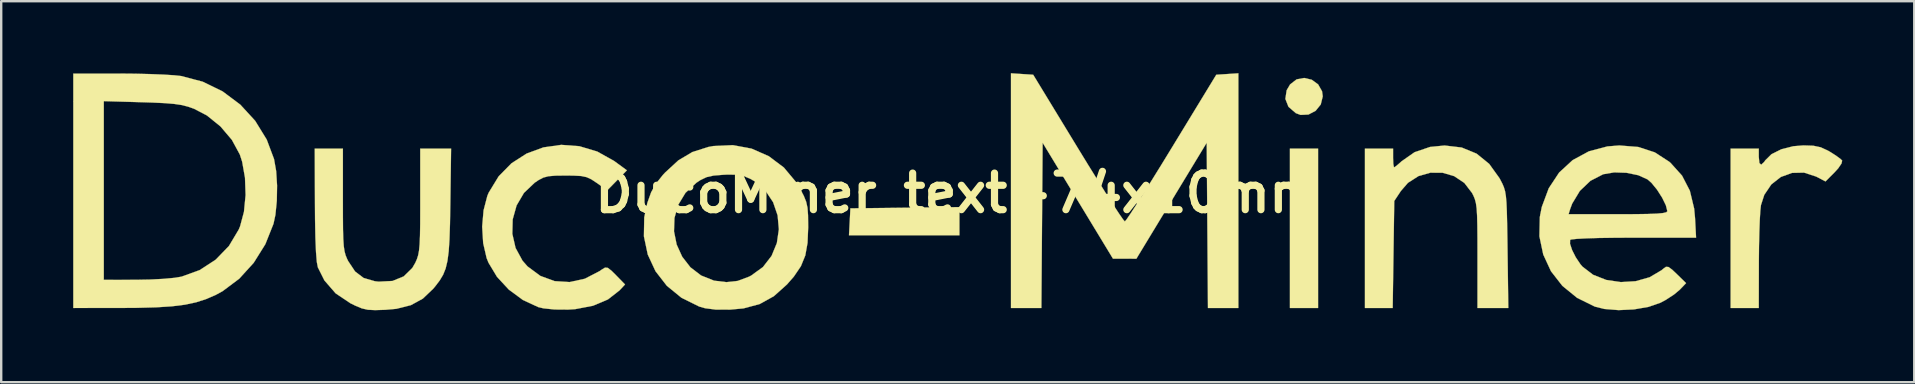
<source format=kicad_pcb>
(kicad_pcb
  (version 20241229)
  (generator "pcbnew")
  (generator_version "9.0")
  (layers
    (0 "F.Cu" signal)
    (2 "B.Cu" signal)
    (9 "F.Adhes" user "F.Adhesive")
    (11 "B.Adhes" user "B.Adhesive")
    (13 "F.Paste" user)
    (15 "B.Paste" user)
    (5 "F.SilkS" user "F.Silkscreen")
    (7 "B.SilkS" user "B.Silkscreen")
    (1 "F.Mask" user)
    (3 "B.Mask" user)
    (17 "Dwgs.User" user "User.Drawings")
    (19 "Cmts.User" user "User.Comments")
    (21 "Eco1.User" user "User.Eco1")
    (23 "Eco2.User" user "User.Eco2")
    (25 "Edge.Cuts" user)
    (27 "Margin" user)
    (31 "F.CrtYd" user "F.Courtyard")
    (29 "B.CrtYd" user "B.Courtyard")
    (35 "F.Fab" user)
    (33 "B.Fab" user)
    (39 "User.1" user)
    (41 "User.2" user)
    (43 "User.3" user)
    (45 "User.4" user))
  (footprint "DucoMiner_text-74x10mm"
    (layer "F.Cu")
    (at 36.835 4.998)
    (property "Reference" "DucoMiner_text-74x10mm" (at 0 0 0) (layer "F.SilkS") (effects (font (size 1.524 1.524) (thickness 0.3))))
    (attr through_hole)
    (fp_poly (pts (xy 15.045 4.787) (xy 13.872 4.787) (xy 13.872 -1.856) (xy 15.045 -1.856) (xy 15.045 4.787)) (stroke (width 0.01) (type solid)) (fill yes) (layer "F.SilkS"))
    (fp_poly (pts (xy 0.098 1.758) (xy -4.504 1.758) (xy -4.474 1.197) (xy -4.445 0.635) (xy -2.174 0.609) (xy 0.098 0.583) (xy 0.098 1.758)) (stroke (width 0.01) (type solid)) (fill yes) (layer "F.SilkS"))
    (fp_poly (pts (xy 14.783 -4.724) (xy 15.047 -4.532) (xy 15.211 -4.243) (xy 15.24 -4.034) (xy 15.157 -3.694) (xy 14.943 -3.43) (xy 14.646 -3.275) (xy 14.316 -3.259) (xy 14.117 -3.333) (xy 13.811 -3.598) (xy 13.682 -3.926) (xy 13.735 -4.284) (xy 13.879 -4.53) (xy 14.15 -4.74) (xy 14.467 -4.799) (xy 14.783 -4.724)) (stroke (width 0.01) (type solid)) (fill yes) (layer "F.SilkS"))
    (fp_poly (pts (xy 11.723 4.787) (xy 10.456 4.787) (xy 10.43 1.343) (xy 10.404 -2.1) (xy 7.473 2.734) (xy 6.985 2.732) (xy 6.497 2.731) (xy 5.031 0.315) (xy 3.566 -2.1) (xy 3.54 1.343) (xy 3.514 4.787) (xy 2.247 4.787) (xy 2.247 -4.993) (xy 2.71 -4.963) (xy 3.173 -4.933) (xy 5.038 -1.871) (xy 5.465 -1.174) (xy 5.863 -0.533) (xy 6.218 0.033) (xy 6.521 0.505) (xy 6.759 0.867) (xy 6.92 1.098) (xy 6.992 1.181) (xy 6.993 1.181) (xy 7.063 1.098) (xy 7.221 0.867) (xy 7.457 0.505) (xy 7.758 0.032) (xy 8.113 -0.534) (xy 8.51 -1.174) (xy 8.936 -1.87) (xy 8.943 -1.881) (xy 10.803 -4.933) (xy 11.263 -4.963) (xy 11.723 -4.993) (xy 11.723 4.787)) (stroke (width 0.01) (type solid)) (fill yes) (layer "F.SilkS"))
    (fp_poly (pts (xy 35.682 -1.975) (xy 35.991 -1.91) (xy 36.291 -1.772) (xy 36.367 -1.729) (xy 36.634 -1.56) (xy 36.828 -1.415) (xy 36.886 -1.356) (xy 36.859 -1.234) (xy 36.721 -1.032) (xy 36.571 -0.868) (xy 36.191 -0.487) (xy 35.802 -0.69) (xy 35.297 -0.854) (xy 34.795 -0.843) (xy 34.33 -0.673) (xy 33.934 -0.362) (xy 33.64 0.073) (xy 33.502 0.502) (xy 33.476 0.733) (xy 33.453 1.12) (xy 33.434 1.626) (xy 33.421 2.21) (xy 33.415 2.835) (xy 33.415 2.857) (xy 33.411 4.787) (xy 32.238 4.787) (xy 32.238 -1.856) (xy 33.411 -1.856) (xy 33.411 -1.514) (xy 33.436 -1.255) (xy 33.512 -1.184) (xy 33.638 -1.302) (xy 33.68 -1.365) (xy 33.943 -1.624) (xy 34.349 -1.826) (xy 34.851 -1.954) (xy 35.272 -1.988) (xy 35.682 -1.975)) (stroke (width 0.01) (type solid)) (fill yes) (layer "F.SilkS"))
    (fp_poly (pts (xy 21.031 -1.9) (xy 21.651 -1.645) (xy 22.176 -1.219) (xy 22.604 -0.624) (xy 22.646 -0.546) (xy 22.728 -0.388) (xy 22.79 -0.242) (xy 22.838 -0.08) (xy 22.872 0.124) (xy 22.896 0.399) (xy 22.912 0.771) (xy 22.924 1.269) (xy 22.935 1.918) (xy 22.941 2.369) (xy 22.973 4.787) (xy 21.688 4.787) (xy 21.688 2.604) (xy 21.687 1.893) (xy 21.682 1.348) (xy 21.672 0.941) (xy 21.654 0.643) (xy 21.624 0.425) (xy 21.581 0.258) (xy 21.523 0.114) (xy 21.463 -0.004) (xy 21.141 -0.424) (xy 20.718 -0.707) (xy 20.234 -0.849) (xy 19.725 -0.851) (xy 19.232 -0.711) (xy 18.791 -0.429) (xy 18.495 -0.088) (xy 18.22 0.327) (xy 18.155 4.787) (xy 16.998 4.787) (xy 16.998 -1.856) (xy 18.171 -1.856) (xy 18.171 -1.465) (xy 18.18 -1.221) (xy 18.205 -1.085) (xy 18.215 -1.075) (xy 18.307 -1.135) (xy 18.481 -1.285) (xy 18.532 -1.332) (xy 19.067 -1.705) (xy 19.711 -1.924) (xy 20.318 -1.984) (xy 21.031 -1.9)) (stroke (width 0.01) (type solid)) (fill yes) (layer "F.SilkS"))
    (fp_poly (pts (xy -25.595 0.272) (xy -25.594 0.975) (xy -25.59 1.513) (xy -25.579 1.913) (xy -25.559 2.207) (xy -25.527 2.423) (xy -25.482 2.591) (xy -25.421 2.739) (xy -25.376 2.831) (xy -25.086 3.267) (xy -24.728 3.538) (xy -24.259 3.673) (xy -24.102 3.69) (xy -23.528 3.661) (xy -23.06 3.47) (xy -22.704 3.121) (xy -22.577 2.903) (xy -22.51 2.751) (xy -22.459 2.591) (xy -22.422 2.394) (xy -22.397 2.131) (xy -22.382 1.773) (xy -22.374 1.291) (xy -22.372 0.656) (xy -22.372 0.311) (xy -22.372 -1.856) (xy -21.086 -1.856) (xy -21.118 0.464) (xy -21.132 1.277) (xy -21.153 1.923) (xy -21.186 2.43) (xy -21.238 2.826) (xy -21.313 3.141) (xy -21.418 3.402) (xy -21.559 3.638) (xy -21.74 3.876) (xy -21.829 3.983) (xy -22.262 4.396) (xy -22.761 4.669) (xy -23.368 4.822) (xy -23.83 4.863) (xy -24.254 4.876) (xy -24.555 4.861) (xy -24.805 4.804) (xy -25.076 4.691) (xy -25.289 4.586) (xy -25.899 4.176) (xy -26.366 3.638) (xy -26.638 3.095) (xy -26.682 2.868) (xy -26.716 2.452) (xy -26.741 1.853) (xy -26.756 1.077) (xy -26.76 0.464) (xy -26.768 -1.856) (xy -25.595 -1.856) (xy -25.595 0.272)) (stroke (width 0.01) (type solid)) (fill yes) (layer "F.SilkS"))
    (fp_poly (pts (xy -15.741 -1.955) (xy -14.996 -1.733) (xy -14.289 -1.338) (xy -14.246 -1.306) (xy -13.76 -0.95) (xy -14.169 -0.533) (xy -14.578 -0.117) (xy -15.015 -0.425) (xy -15.24 -0.574) (xy -15.437 -0.665) (xy -15.665 -0.713) (xy -15.984 -0.73) (xy -16.314 -0.733) (xy -16.741 -0.728) (xy -17.031 -0.703) (xy -17.246 -0.646) (xy -17.444 -0.541) (xy -17.601 -0.435) (xy -18.049 -0.01) (xy -18.356 0.512) (xy -18.519 1.095) (xy -18.534 1.698) (xy -18.399 2.285) (xy -18.11 2.816) (xy -17.9 3.055) (xy -17.366 3.45) (xy -16.773 3.668) (xy -16.146 3.707) (xy -15.511 3.568) (xy -14.893 3.248) (xy -14.795 3.179) (xy -14.67 3.104) (xy -14.556 3.115) (xy -14.402 3.233) (xy -14.215 3.419) (xy -13.836 3.807) (xy -14.068 4.055) (xy -14.55 4.431) (xy -15.173 4.694) (xy -15.912 4.835) (xy -16.209 4.854) (xy -16.771 4.85) (xy -17.236 4.802) (xy -17.455 4.75) (xy -18.094 4.454) (xy -18.681 4.021) (xy -19.173 3.489) (xy -19.527 2.901) (xy -19.605 2.708) (xy -19.749 2.085) (xy -19.791 1.397) (xy -19.732 0.716) (xy -19.575 0.114) (xy -19.519 -0.019) (xy -19.104 -0.699) (xy -18.568 -1.244) (xy -17.937 -1.649) (xy -17.238 -1.906) (xy -16.497 -2.011) (xy -15.741 -1.955)) (stroke (width 0.01) (type solid)) (fill yes) (layer "F.SilkS"))
    (fp_poly (pts (xy -34.901 -4.982) (xy -34.256 -4.976) (xy -33.633 -4.961) (xy -33.075 -4.939) (xy -32.626 -4.911) (xy -32.336 -4.88) (xy -31.437 -4.643) (xy -30.608 -4.239) (xy -29.871 -3.688) (xy -29.251 -3.013) (xy -28.77 -2.232) (xy -28.464 -1.417) (xy -28.376 -0.917) (xy -28.338 -0.312) (xy -28.349 0.321) (xy -28.407 0.904) (xy -28.487 1.277) (xy -28.827 2.129) (xy -29.311 2.903) (xy -29.915 3.567) (xy -30.611 4.088) (xy -30.892 4.241) (xy -31.29 4.414) (xy -31.707 4.549) (xy -32.174 4.649) (xy -32.723 4.718) (xy -33.384 4.76) (xy -34.189 4.781) (xy -34.803 4.785) (xy -36.83 4.787) (xy -36.83 3.615) (xy -35.56 3.615) (xy -34.217 3.613) (xy -33.625 3.602) (xy -33.071 3.573) (xy -32.61 3.53) (xy -32.322 3.482) (xy -31.564 3.208) (xy -30.897 2.774) (xy -30.345 2.204) (xy -29.938 1.522) (xy -29.879 1.382) (xy -29.718 0.78) (xy -29.65 0.081) (xy -29.675 -0.64) (xy -29.793 -1.309) (xy -29.891 -1.611) (xy -30.222 -2.22) (xy -30.696 -2.778) (xy -31.262 -3.236) (xy -31.8 -3.516) (xy -32.054 -3.605) (xy -32.314 -3.671) (xy -32.621 -3.717) (xy -33.014 -3.75) (xy -33.535 -3.774) (xy -33.972 -3.788) (xy -35.56 -3.833) (xy -35.56 3.615) (xy -36.83 3.615) (xy -36.83 -4.982) (xy -34.901 -4.982)) (stroke (width 0.01) (type solid)) (fill yes) (layer "F.SilkS"))
    (fp_poly (pts (xy -8.563 -1.854) (xy -7.847 -1.539) (xy -7.217 -1.066) (xy -6.701 -0.448) (xy -6.54 -0.178) (xy -6.385 0.119) (xy -6.288 0.361) (xy -6.233 0.61) (xy -6.21 0.926) (xy -6.205 1.371) (xy -6.204 1.417) (xy -6.231 2.073) (xy -6.324 2.596) (xy -6.508 3.046) (xy -6.801 3.478) (xy -7.088 3.806) (xy -7.635 4.296) (xy -8.225 4.622) (xy -8.9 4.804) (xy -9.468 4.856) (xy -10.052 4.855) (xy -10.498 4.798) (xy -10.746 4.727) (xy -11.483 4.363) (xy -12.094 3.864) (xy -12.567 3.255) (xy -12.89 2.56) (xy -13.05 1.802) (xy -13.047 1.594) (xy -11.796 1.594) (xy -11.686 2.143) (xy -11.455 2.651) (xy -11.113 3.091) (xy -10.668 3.432) (xy -10.128 3.648) (xy -9.609 3.71) (xy -9.142 3.659) (xy -8.673 3.484) (xy -8.585 3.439) (xy -8.09 3.081) (xy -7.731 2.617) (xy -7.51 2.082) (xy -7.426 1.508) (xy -7.478 0.929) (xy -7.666 0.379) (xy -7.989 -0.108) (xy -8.449 -0.5) (xy -8.622 -0.599) (xy -8.892 -0.712) (xy -9.178 -0.766) (xy -9.556 -0.773) (xy -9.73 -0.765) (xy -10.143 -0.732) (xy -10.439 -0.666) (xy -10.693 -0.545) (xy -10.861 -0.434) (xy -11.319 -0.01) (xy -11.621 0.489) (xy -11.777 1.033) (xy -11.796 1.594) (xy -13.047 1.594) (xy -13.036 1.006) (xy -12.907 0.406) (xy -12.749 -0.035) (xy -12.551 -0.391) (xy -12.262 -0.754) (xy -12.171 -0.853) (xy -11.615 -1.365) (xy -11.031 -1.712) (xy -10.367 -1.923) (xy -10.156 -1.962) (xy -9.341 -1.999) (xy -8.563 -1.854)) (stroke (width 0.01) (type solid)) (fill yes) (layer "F.SilkS"))
    (fp_poly (pts (xy 28.389 -1.923) (xy 29.078 -1.698) (xy 29.681 -1.307) (xy 29.734 -1.261) (xy 30.214 -0.728) (xy 30.539 -0.099) (xy 30.718 0.644) (xy 30.755 1.04) (xy 30.798 1.856) (xy 28.202 1.856) (xy 27.429 1.86) (xy 26.764 1.869) (xy 26.225 1.885) (xy 25.831 1.906) (xy 25.601 1.931) (xy 25.549 1.95) (xy 25.545 2.112) (xy 25.632 2.373) (xy 25.784 2.674) (xy 25.973 2.957) (xy 26.065 3.065) (xy 26.508 3.404) (xy 27.057 3.619) (xy 27.664 3.708) (xy 28.281 3.671) (xy 28.863 3.506) (xy 29.361 3.212) (xy 29.431 3.152) (xy 29.542 3.072) (xy 29.65 3.079) (xy 29.804 3.192) (xy 29.994 3.372) (xy 30.382 3.751) (xy 30.116 4.028) (xy 29.877 4.227) (xy 29.546 4.443) (xy 29.316 4.567) (xy 28.815 4.741) (xy 28.209 4.846) (xy 27.572 4.876) (xy 26.977 4.828) (xy 26.58 4.73) (xy 25.84 4.365) (xy 25.227 3.866) (xy 24.752 3.257) (xy 24.429 2.56) (xy 24.269 1.8) (xy 24.286 0.999) (xy 24.309 0.879) (xy 25.485 0.879) (xy 27.543 0.879) (xy 28.254 0.877) (xy 28.79 0.869) (xy 29.173 0.854) (xy 29.421 0.831) (xy 29.557 0.798) (xy 29.601 0.755) (xy 29.601 0.752) (xy 29.539 0.507) (xy 29.382 0.186) (xy 29.168 -0.148) (xy 28.936 -0.431) (xy 28.778 -0.57) (xy 28.389 -0.746) (xy 27.898 -0.847) (xy 27.385 -0.864) (xy 26.932 -0.787) (xy 26.92 -0.783) (xy 26.396 -0.513) (xy 25.955 -0.093) (xy 25.635 0.437) (xy 25.552 0.659) (xy 25.485 0.879) (xy 24.309 0.879) (xy 24.368 0.578) (xy 24.659 -0.203) (xy 25.092 -0.858) (xy 25.654 -1.375) (xy 26.33 -1.741) (xy 27.103 -1.946) (xy 27.598 -1.986) (xy 28.389 -1.923)) (stroke (width 0.01) (type solid)) (fill yes) (layer "F.SilkS")))
  (gr_rect
    (start -3 -3)
    (end 76.726 12.879)
    (stroke (width 0.1) (type default))
    (fill no)
    (layer "Edge.Cuts")))
</source>
